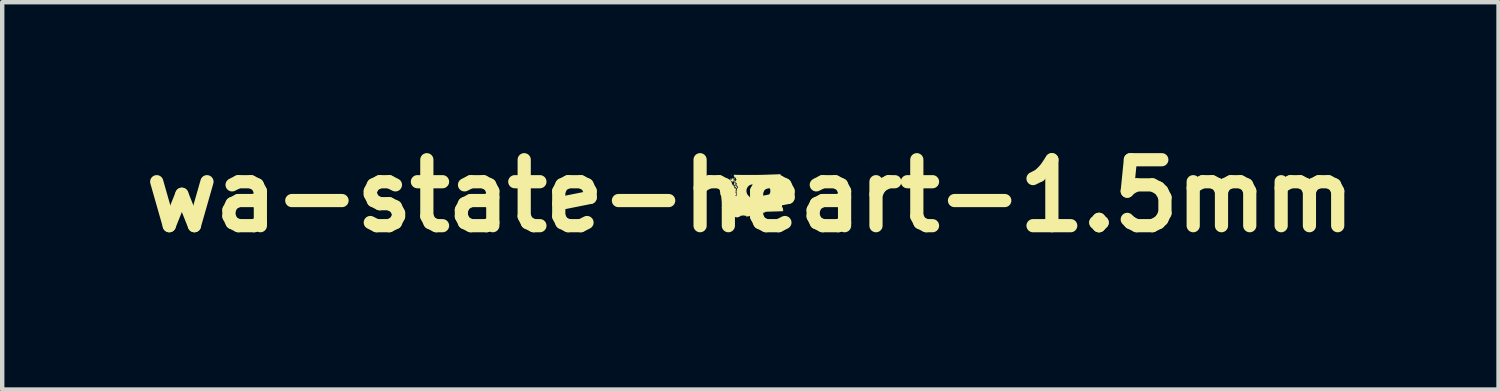
<source format=kicad_pcb>
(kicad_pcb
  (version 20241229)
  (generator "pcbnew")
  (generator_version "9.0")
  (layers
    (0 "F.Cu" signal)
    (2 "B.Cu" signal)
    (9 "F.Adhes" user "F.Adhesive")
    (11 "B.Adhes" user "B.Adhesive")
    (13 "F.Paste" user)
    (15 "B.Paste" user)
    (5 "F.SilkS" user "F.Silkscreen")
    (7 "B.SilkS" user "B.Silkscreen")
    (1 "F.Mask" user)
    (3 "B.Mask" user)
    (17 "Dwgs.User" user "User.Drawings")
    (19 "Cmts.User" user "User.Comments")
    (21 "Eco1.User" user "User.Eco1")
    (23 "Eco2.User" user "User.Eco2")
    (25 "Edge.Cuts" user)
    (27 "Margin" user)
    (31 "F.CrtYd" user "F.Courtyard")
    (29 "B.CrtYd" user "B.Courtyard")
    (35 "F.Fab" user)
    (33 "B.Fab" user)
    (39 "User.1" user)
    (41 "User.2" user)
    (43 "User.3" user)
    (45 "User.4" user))
  (footprint "wa-state-heart-1.5mm"
    (layer "F.Cu")
    (at 14.014 1.404)
    (property "Reference" "wa-state-heart-1.5mm" (at 0 0 0) (layer "F.SilkS") (effects (font (size 1.5 1.5) (thickness 0.3))))
    (attr board_only exclude_from_pos_files exclude_from_bom)
    (fp_poly (pts (xy -0.359 -0.374) (xy -0.357 -0.373) (xy -0.356 -0.37) (xy -0.357 -0.369) (xy -0.359 -0.369) (xy -0.36 -0.369) (xy -0.363 -0.371) (xy -0.364 -0.372) (xy -0.363 -0.374) (xy -0.361 -0.375)) (stroke (width 0) (type solid)) (fill yes) (layer "F.SilkS"))
    (fp_poly (pts (xy -0.297 -0.203) (xy -0.296 -0.202) (xy -0.295 -0.201) (xy -0.294 -0.199) (xy -0.295 -0.198) (xy -0.295 -0.198) (xy -0.296 -0.199) (xy -0.297 -0.199) (xy -0.298 -0.201) (xy -0.298 -0.202) (xy -0.298 -0.204)) (stroke (width 0) (type solid)) (fill yes) (layer "F.SilkS"))
    (fp_poly (pts (xy -0.426 -0.481) (xy -0.423 -0.479) (xy -0.42 -0.478) (xy -0.419 -0.476) (xy -0.419 -0.475) (xy -0.419 -0.474) (xy -0.421 -0.473) (xy -0.424 -0.473) (xy -0.427 -0.473) (xy -0.429 -0.474) (xy -0.429 -0.475) (xy -0.43 -0.477) (xy -0.43 -0.478) (xy -0.429 -0.48) (xy -0.428 -0.481)) (stroke (width 0) (type solid)) (fill yes) (layer "F.SilkS"))
    (fp_poly (pts (xy -0.422 -0.402) (xy -0.421 -0.401) (xy -0.42 -0.399) (xy -0.421 -0.396) (xy -0.422 -0.393) (xy -0.422 -0.393) (xy -0.424 -0.391) (xy -0.426 -0.391) (xy -0.426 -0.392) (xy -0.427 -0.393) (xy -0.428 -0.395) (xy -0.429 -0.396) (xy -0.431 -0.397) (xy -0.431 -0.398) (xy -0.43 -0.399) (xy -0.427 -0.401) (xy -0.425 -0.402) (xy -0.422 -0.402)) (stroke (width 0) (type solid)) (fill yes) (layer "F.SilkS"))
    (fp_poly (pts (xy -0.365 -0.368) (xy -0.363 -0.366) (xy -0.361 -0.363) (xy -0.36 -0.36) (xy -0.36 -0.357) (xy -0.36 -0.355) (xy -0.362 -0.352) (xy -0.364 -0.351) (xy -0.366 -0.351) (xy -0.368 -0.352) (xy -0.37 -0.355) (xy -0.371 -0.358) (xy -0.372 -0.361) (xy -0.372 -0.362) (xy -0.371 -0.364) (xy -0.37 -0.366) (xy -0.369 -0.367) (xy -0.367 -0.368) (xy -0.366 -0.369)) (stroke (width 0) (type solid)) (fill yes) (layer "F.SilkS"))
    (fp_poly (pts (xy -0.349 -0.358) (xy -0.345 -0.354) (xy -0.342 -0.351) (xy -0.341 -0.348) (xy -0.34 -0.347) (xy -0.341 -0.346) (xy -0.343 -0.347) (xy -0.345 -0.348) (xy -0.348 -0.347) (xy -0.35 -0.347) (xy -0.352 -0.347) (xy -0.354 -0.346) (xy -0.355 -0.346) (xy -0.355 -0.347) (xy -0.355 -0.347) (xy -0.356 -0.348) (xy -0.356 -0.351) (xy -0.356 -0.355) (xy -0.355 -0.359) (xy -0.355 -0.361) (xy -0.354 -0.365)) (stroke (width 0) (type solid)) (fill yes) (layer "F.SilkS"))
    (fp_poly (pts (xy -0.462 -0.395) (xy -0.459 -0.395) (xy -0.455 -0.393) (xy -0.452 -0.391) (xy -0.448 -0.389) (xy -0.447 -0.389) (xy -0.445 -0.387) (xy -0.443 -0.384) (xy -0.441 -0.382) (xy -0.44 -0.38) (xy -0.439 -0.378) (xy -0.44 -0.378) (xy -0.442 -0.378) (xy -0.445 -0.38) (xy -0.446 -0.38) (xy -0.451 -0.383) (xy -0.455 -0.386) (xy -0.459 -0.389) (xy -0.462 -0.391) (xy -0.464 -0.393) (xy -0.464 -0.394) (xy -0.464 -0.395)) (stroke (width 0) (type solid)) (fill yes) (layer "F.SilkS"))
    (fp_poly (pts (xy -0.361 -0.406) (xy -0.359 -0.404) (xy -0.358 -0.402) (xy -0.355 -0.398) (xy -0.352 -0.394) (xy -0.351 -0.392) (xy -0.347 -0.388) (xy -0.345 -0.385) (xy -0.344 -0.382) (xy -0.344 -0.381) (xy -0.345 -0.38) (xy -0.346 -0.38) (xy -0.349 -0.382) (xy -0.351 -0.384) (xy -0.354 -0.387) (xy -0.357 -0.391) (xy -0.358 -0.392) (xy -0.36 -0.396) (xy -0.362 -0.398) (xy -0.363 -0.399) (xy -0.365 -0.401) (xy -0.365 -0.402) (xy -0.365 -0.404) (xy -0.364 -0.407) (xy -0.363 -0.407)) (stroke (width 0) (type solid)) (fill yes) (layer "F.SilkS"))
    (fp_poly (pts (xy -0.398 -0.4) (xy -0.397 -0.4) (xy -0.395 -0.399) (xy -0.392 -0.397) (xy -0.389 -0.395) (xy -0.385 -0.393) (xy -0.381 -0.391) (xy -0.377 -0.388) (xy -0.374 -0.386) (xy -0.372 -0.385) (xy -0.371 -0.384) (xy -0.371 -0.384) (xy -0.372 -0.383) (xy -0.373 -0.382) (xy -0.376 -0.379) (xy -0.377 -0.378) (xy -0.38 -0.375) (xy -0.382 -0.372) (xy -0.383 -0.369) (xy -0.382 -0.365) (xy -0.38 -0.361) (xy -0.38 -0.361) (xy -0.378 -0.358) (xy -0.378 -0.356) (xy -0.378 -0.355) (xy -0.378 -0.353) (xy -0.378 -0.353) (xy -0.379 -0.35) (xy -0.38 -0.347) (xy -0.38 -0.346) (xy -0.38 -0.343) (xy -0.381 -0.34) (xy -0.384 -0.337) (xy -0.386 -0.334) (xy -0.387 -0.332) (xy -0.387 -0.331) (xy -0.387 -0.329) (xy -0.386 -0.328) (xy -0.386 -0.327) (xy -0.385 -0.323) (xy -0.384 -0.321) (xy -0.385 -0.319) (xy -0.386 -0.319) (xy -0.388 -0.318) (xy -0.393 -0.317) (xy -0.396 -0.317) (xy -0.398 -0.317) (xy -0.4 -0.317) (xy -0.4 -0.317) (xy -0.401 -0.318) (xy -0.402 -0.32) (xy -0.403 -0.322) (xy -0.405 -0.323) (xy -0.406 -0.324) (xy -0.407 -0.326) (xy -0.407 -0.327) (xy -0.408 -0.328) (xy -0.409 -0.328) (xy -0.412 -0.327) (xy -0.417 -0.327) (xy -0.422 -0.328) (xy -0.428 -0.331) (xy -0.435 -0.334) (xy -0.436 -0.335) (xy -0.439 -0.337) (xy -0.442 -0.338) (xy -0.444 -0.339) (xy -0.444 -0.339) (xy -0.446 -0.34) (xy -0.447 -0.342) (xy -0.449 -0.345) (xy -0.45 -0.348) (xy -0.451 -0.351) (xy -0.451 -0.354) (xy -0.452 -0.356) (xy -0.453 -0.357) (xy -0.454 -0.359) (xy -0.454 -0.361) (xy -0.455 -0.364) (xy -0.455 -0.365) (xy -0.457 -0.367) (xy -0.456 -0.371) (xy -0.455 -0.373) (xy -0.454 -0.375) (xy -0.453 -0.376) (xy -0.452 -0.376) (xy -0.449 -0.376) (xy -0.447 -0.376) (xy -0.443 -0.376) (xy -0.441 -0.375) (xy -0.439 -0.374) (xy -0.439 -0.373) (xy -0.436 -0.37) (xy -0.434 -0.367) (xy -0.43 -0.364) (xy -0.428 -0.361) (xy -0.425 -0.359) (xy -0.425 -0.359) (xy -0.422 -0.358) (xy -0.421 -0.358) (xy -0.419 -0.359) (xy -0.42 -0.361) (xy -0.421 -0.362) (xy -0.423 -0.363) (xy -0.425 -0.364) (xy -0.426 -0.365) (xy -0.426 -0.367) (xy -0.427 -0.37) (xy -0.428 -0.372) (xy -0.43 -0.374) (xy -0.423 -0.381) (xy -0.418 -0.388) (xy -0.413 -0.392) (xy -0.409 -0.396) (xy -0.406 -0.398) (xy -0.403 -0.4) (xy -0.401 -0.4)) (stroke (width 0) (type solid)) (fill yes) (layer "F.SilkS"))
    (fp_poly (pts (xy 0.683 -0.493) (xy 0.685 -0.492) (xy 0.685 -0.492) (xy 0.685 -0.491) (xy 0.686 -0.489) (xy 0.686 -0.485) (xy 0.687 -0.481) (xy 0.687 -0.478) (xy 0.687 -0.474) (xy 0.687 -0.468) (xy 0.688 -0.46) (xy 0.688 -0.451) (xy 0.689 -0.441) (xy 0.689 -0.43) (xy 0.69 -0.418) (xy 0.69 -0.405) (xy 0.691 -0.391) (xy 0.691 -0.377) (xy 0.692 -0.362) (xy 0.693 -0.348) (xy 0.693 -0.333) (xy 0.694 -0.318) (xy 0.695 -0.303) (xy 0.695 -0.288) (xy 0.695 -0.287) (xy 0.696 -0.279) (xy 0.696 -0.271) (xy 0.696 -0.264) (xy 0.696 -0.257) (xy 0.697 -0.251) (xy 0.697 -0.244) (xy 0.697 -0.238) (xy 0.698 -0.231) (xy 0.698 -0.225) (xy 0.698 -0.218) (xy 0.698 -0.21) (xy 0.699 -0.203) (xy 0.699 -0.195) (xy 0.7 -0.186) (xy 0.7 -0.177) (xy 0.701 -0.166) (xy 0.701 -0.155) (xy 0.702 -0.143) (xy 0.702 -0.131) (xy 0.703 -0.116) (xy 0.704 -0.101) (xy 0.705 -0.085) (xy 0.706 -0.067) (xy 0.707 -0.047) (xy 0.708 -0.026) (xy 0.709 -0.004) (xy 0.71 0.02) (xy 0.711 0.046) (xy 0.712 0.051) (xy 0.713 0.074) (xy 0.714 0.095) (xy 0.715 0.114) (xy 0.716 0.131) (xy 0.716 0.146) (xy 0.717 0.161) (xy 0.718 0.173) (xy 0.718 0.184) (xy 0.719 0.194) (xy 0.719 0.203) (xy 0.719 0.211) (xy 0.72 0.218) (xy 0.72 0.223) (xy 0.72 0.228) (xy 0.72 0.232) (xy 0.72 0.235) (xy 0.72 0.238) (xy 0.72 0.24) (xy 0.72 0.242) (xy 0.719 0.243) (xy 0.719 0.244) (xy 0.719 0.244) (xy 0.719 0.245) (xy 0.718 0.245) (xy 0.718 0.245) (xy 0.718 0.245) (xy 0.717 0.247) (xy 0.717 0.249) (xy 0.718 0.25) (xy 0.718 0.25) (xy 0.721 0.252) (xy 0.723 0.254) (xy 0.725 0.256) (xy 0.725 0.257) (xy 0.726 0.258) (xy 0.728 0.26) (xy 0.728 0.261) (xy 0.731 0.264) (xy 0.732 0.267) (xy 0.733 0.27) (xy 0.735 0.273) (xy 0.735 0.273) (xy 0.737 0.275) (xy 0.738 0.279) (xy 0.739 0.283) (xy 0.739 0.287) (xy 0.739 0.287) (xy 0.739 0.289) (xy 0.74 0.292) (xy 0.742 0.294) (xy 0.744 0.297) (xy 0.746 0.299) (xy 0.746 0.301) (xy 0.746 0.303) (xy 0.745 0.305) (xy 0.745 0.307) (xy 0.743 0.312) (xy 0.741 0.317) (xy 0.739 0.32) (xy 0.738 0.322) (xy 0.738 0.322) (xy 0.737 0.323) (xy 0.737 0.324) (xy 0.739 0.325) (xy 0.741 0.326) (xy 0.743 0.329) (xy 0.743 0.329) (xy 0.745 0.332) (xy 0.746 0.335) (xy 0.747 0.339) (xy 0.748 0.342) (xy 0.749 0.345) (xy 0.75 0.347) (xy 0.75 0.348) (xy 0.748 0.348) (xy 0.746 0.349) (xy 0.742 0.349) (xy 0.74 0.349) (xy 0.735 0.349) (xy 0.729 0.349) (xy 0.721 0.349) (xy 0.712 0.35) (xy 0.701 0.35) (xy 0.689 0.351) (xy 0.676 0.351) (xy 0.663 0.352) (xy 0.66 0.352) (xy 0.651 0.352) (xy 0.64 0.353) (xy 0.628 0.353) (xy 0.615 0.354) (xy 0.601 0.354) (xy 0.587 0.355) (xy 0.572 0.355) (xy 0.557 0.355) (xy 0.542 0.356) (xy 0.528 0.356) (xy 0.515 0.357) (xy 0.511 0.357) (xy 0.501 0.357) (xy 0.491 0.357) (xy 0.481 0.358) (xy 0.472 0.358) (xy 0.463 0.358) (xy 0.455 0.358) (xy 0.449 0.359) (xy 0.442 0.359) (xy 0.434 0.359) (xy 0.425 0.36) (xy 0.415 0.36) (xy 0.406 0.36) (xy 0.396 0.36) (xy 0.391 0.361) (xy 0.383 0.361) (xy 0.375 0.361) (xy 0.368 0.361) (xy 0.362 0.362) (xy 0.357 0.362) (xy 0.353 0.362) (xy 0.351 0.362) (xy 0.348 0.363) (xy 0.346 0.364) (xy 0.343 0.366) (xy 0.339 0.368) (xy 0.337 0.37) (xy 0.332 0.373) (xy 0.328 0.376) (xy 0.325 0.378) (xy 0.322 0.38) (xy 0.319 0.38) (xy 0.315 0.381) (xy 0.31 0.381) (xy 0.304 0.382) (xy 0.298 0.382) (xy 0.29 0.382) (xy 0.285 0.382) (xy 0.28 0.383) (xy 0.277 0.383) (xy 0.274 0.384) (xy 0.273 0.384) (xy 0.27 0.385) (xy 0.266 0.386) (xy 0.26 0.387) (xy 0.255 0.388) (xy 0.25 0.389) (xy 0.246 0.389) (xy 0.243 0.389) (xy 0.24 0.389) (xy 0.237 0.388) (xy 0.234 0.387) (xy 0.231 0.386) (xy 0.229 0.386) (xy 0.228 0.386) (xy 0.226 0.387) (xy 0.224 0.388) (xy 0.222 0.391) (xy 0.219 0.394) (xy 0.218 0.395) (xy 0.216 0.399) (xy 0.213 0.402) (xy 0.211 0.403) (xy 0.211 0.404) (xy 0.209 0.404) (xy 0.206 0.405) (xy 0.202 0.406) (xy 0.197 0.407) (xy 0.195 0.407) (xy 0.19 0.408) (xy 0.185 0.409) (xy 0.181 0.41) (xy 0.178 0.41) (xy 0.178 0.411) (xy 0.175 0.411) (xy 0.171 0.412) (xy 0.166 0.413) (xy 0.165 0.413) (xy 0.159 0.414) (xy 0.153 0.416) (xy 0.146 0.419) (xy 0.145 0.42) (xy 0.14 0.422) (xy 0.135 0.424) (xy 0.131 0.426) (xy 0.128 0.427) (xy 0.124 0.428) (xy 0.12 0.43) (xy 0.117 0.432) (xy 0.113 0.435) (xy 0.109 0.438) (xy 0.106 0.44) (xy 0.102 0.442) (xy 0.099 0.443) (xy 0.093 0.445) (xy 0.085 0.447) (xy 0.078 0.448) (xy 0.07 0.45) (xy 0.062 0.451) (xy 0.06 0.451) (xy 0.05 0.452) (xy 0.044 0.446) (xy 0.039 0.442) (xy 0.034 0.439) (xy 0.03 0.437) (xy 0.026 0.437) (xy 0.022 0.439) (xy 0.017 0.442) (xy 0.015 0.443) (xy 0.011 0.446) (xy 0.006 0.449) (xy 0.002 0.451) (xy -0.006 0.453) (xy -0.012 0.456) (xy -0.016 0.458) (xy -0.02 0.46) (xy -0.023 0.462) (xy -0.024 0.463) (xy -0.03 0.468) (xy -0.034 0.466) (xy -0.036 0.465) (xy -0.039 0.464) (xy -0.043 0.464) (xy -0.048 0.464) (xy -0.056 0.464) (xy -0.062 0.466) (xy -0.066 0.467) (xy -0.07 0.47) (xy -0.071 0.471) (xy -0.073 0.473) (xy -0.075 0.475) (xy -0.075 0.475) (xy -0.078 0.476) (xy -0.081 0.476) (xy -0.083 0.476) (xy -0.086 0.476) (xy -0.086 0.476) (xy -0.087 0.474) (xy -0.087 0.472) (xy -0.088 0.469) (xy -0.089 0.464) (xy -0.09 0.461) (xy -0.093 0.458) (xy -0.097 0.456) (xy -0.098 0.456) (xy -0.101 0.455) (xy -0.105 0.453) (xy -0.107 0.452) (xy -0.108 0.452) (xy -0.11 0.451) (xy -0.113 0.451) (xy -0.117 0.451) (xy -0.122 0.451) (xy -0.124 0.451) (xy -0.137 0.45) (xy -0.145 0.447) (xy -0.152 0.443) (xy -0.161 0.445) (xy -0.17 0.448) (xy -0.18 0.45) (xy -0.189 0.451) (xy -0.195 0.45) (xy -0.202 0.45) (xy -0.208 0.45) (xy -0.213 0.45) (xy -0.216 0.451) (xy -0.219 0.453) (xy -0.222 0.455) (xy -0.224 0.458) (xy -0.227 0.461) (xy -0.23 0.464) (xy -0.234 0.466) (xy -0.236 0.468) (xy -0.24 0.47) (xy -0.244 0.472) (xy -0.247 0.473) (xy -0.248 0.473) (xy -0.25 0.474) (xy -0.254 0.476) (xy -0.258 0.478) (xy -0.259 0.478) (xy -0.265 0.481) (xy -0.271 0.482) (xy -0.273 0.482) (xy -0.277 0.483) (xy -0.281 0.484) (xy -0.283 0.486) (xy -0.289 0.489) (xy -0.296 0.492) (xy -0.301 0.493) (xy -0.306 0.492) (xy -0.306 0.492) (xy -0.31 0.49) (xy -0.313 0.488) (xy -0.314 0.488) (xy -0.318 0.484) (xy -0.326 0.485) (xy -0.33 0.485) (xy -0.333 0.485) (xy -0.335 0.485) (xy -0.338 0.484) (xy -0.341 0.482) (xy -0.346 0.48) (xy -0.352 0.478) (xy -0.358 0.476) (xy -0.363 0.475) (xy -0.367 0.474) (xy -0.368 0.474) (xy -0.37 0.474) (xy -0.372 0.473) (xy -0.373 0.473) (xy -0.374 0.472) (xy -0.376 0.471) (xy -0.376 0.471) (xy -0.379 0.469) (xy -0.383 0.467) (xy -0.387 0.465) (xy -0.39 0.462) (xy -0.394 0.46) (xy -0.396 0.458) (xy -0.396 0.457) (xy -0.397 0.456) (xy -0.397 0.452) (xy -0.397 0.447) (xy -0.397 0.441) (xy -0.396 0.435) (xy -0.396 0.431) (xy -0.396 0.428) (xy -0.397 0.426) (xy -0.397 0.424) (xy -0.398 0.422) (xy -0.398 0.421) (xy -0.399 0.418) (xy -0.4 0.413) (xy -0.401 0.407) (xy -0.401 0.403) (xy -0.402 0.394) (xy -0.403 0.386) (xy -0.404 0.38) (xy -0.406 0.374) (xy -0.408 0.368) (xy -0.411 0.361) (xy -0.412 0.359) (xy -0.414 0.355) (xy -0.415 0.352) (xy -0.416 0.349) (xy -0.416 0.349) (xy -0.417 0.346) (xy -0.418 0.344) (xy -0.419 0.342) (xy -0.421 0.34) (xy -0.424 0.338) (xy -0.428 0.335) (xy -0.433 0.331) (xy -0.435 0.329) (xy -0.443 0.323) (xy -0.449 0.318) (xy -0.455 0.314) (xy -0.459 0.311) (xy -0.463 0.31) (xy -0.465 0.309) (xy -0.469 0.308) (xy -0.473 0.309) (xy -0.476 0.31) (xy -0.477 0.311) (xy -0.479 0.313) (xy -0.481 0.314) (xy -0.483 0.315) (xy -0.487 0.316) (xy -0.491 0.317) (xy -0.492 0.318) (xy -0.496 0.319) (xy -0.502 0.319) (xy -0.507 0.318) (xy -0.513 0.316) (xy -0.516 0.314) (xy -0.52 0.31) (xy -0.522 0.304) (xy -0.522 0.301) (xy -0.523 0.295) (xy -0.526 0.29) (xy -0.529 0.286) (xy -0.533 0.282) (xy -0.538 0.284) (xy -0.542 0.284) (xy -0.546 0.284) (xy -0.551 0.284) (xy -0.557 0.284) (xy -0.561 0.284) (xy -0.565 0.284) (xy -0.568 0.283) (xy -0.568 0.283) (xy -0.57 0.281) (xy -0.571 0.278) (xy -0.571 0.277) (xy -0.572 0.275) (xy -0.573 0.273) (xy -0.574 0.272) (xy -0.575 0.273) (xy -0.578 0.274) (xy -0.579 0.275) (xy -0.582 0.278) (xy -0.586 0.279) (xy -0.589 0.279) (xy -0.59 0.279) (xy -0.592 0.278) (xy -0.594 0.279) (xy -0.596 0.28) (xy -0.597 0.28) (xy -0.599 0.282) (xy -0.601 0.283) (xy -0.602 0.284) (xy -0.603 0.285) (xy -0.605 0.286) (xy -0.606 0.287) (xy -0.609 0.288) (xy -0.611 0.288) (xy -0.613 0.287) (xy -0.613 0.287) (xy -0.617 0.285) (xy -0.62 0.283) (xy -0.622 0.281) (xy -0.622 0.28) (xy -0.623 0.278) (xy -0.625 0.275) (xy -0.628 0.271) (xy -0.629 0.27) (xy -0.632 0.268) (xy -0.634 0.268) (xy -0.637 0.269) (xy -0.637 0.27) (xy -0.639 0.273) (xy -0.642 0.275) (xy -0.644 0.277) (xy -0.646 0.278) (xy -0.647 0.278) (xy -0.648 0.276) (xy -0.648 0.274) (xy -0.647 0.27) (xy -0.647 0.267) (xy -0.645 0.26) (xy -0.644 0.253) (xy -0.643 0.244) (xy -0.643 0.234) (xy -0.642 0.222) (xy -0.642 0.208) (xy -0.642 0.205) (xy -0.642 0.196) (xy -0.642 0.189) (xy -0.642 0.183) (xy -0.641 0.179) (xy -0.641 0.176) (xy -0.641 0.174) (xy -0.64 0.173) (xy -0.639 0.173) (xy -0.638 0.173) (xy -0.637 0.173) (xy -0.636 0.174) (xy -0.636 0.176) (xy -0.636 0.178) (xy -0.636 0.181) (xy -0.636 0.183) (xy -0.636 0.184) (xy -0.634 0.187) (xy -0.633 0.193) (xy -0.633 0.199) (xy -0.634 0.208) (xy -0.634 0.208) (xy -0.634 0.213) (xy -0.634 0.218) (xy -0.634 0.221) (xy -0.634 0.223) (xy -0.632 0.225) (xy -0.631 0.225) (xy -0.63 0.223) (xy -0.629 0.222) (xy -0.629 0.218) (xy -0.628 0.215) (xy -0.627 0.214) (xy -0.626 0.215) (xy -0.625 0.217) (xy -0.624 0.218) (xy -0.622 0.222) (xy -0.619 0.218) (xy -0.616 0.215) (xy -0.614 0.211) (xy -0.613 0.209) (xy -0.61 0.204) (xy -0.612 0.2) (xy -0.614 0.197) (xy -0.614 0.195) (xy -0.614 0.195) (xy -0.615 0.193) (xy -0.617 0.19) (xy -0.617 0.189) (xy -0.62 0.186) (xy -0.621 0.182) (xy -0.621 0.182) (xy -0.621 0.179) (xy -0.62 0.177) (xy -0.619 0.175) (xy -0.618 0.175) (xy -0.616 0.172) (xy -0.614 0.169) (xy -0.614 0.168) (xy -0.613 0.166) (xy -0.611 0.164) (xy -0.608 0.163) (xy -0.605 0.161) (xy -0.602 0.158) (xy -0.601 0.157) (xy -0.598 0.155) (xy -0.603 0.151) (xy -0.606 0.149) (xy -0.609 0.147) (xy -0.61 0.148) (xy -0.611 0.149) (xy -0.611 0.151) (xy -0.614 0.152) (xy -0.616 0.152) (xy -0.618 0.151) (xy -0.62 0.151) (xy -0.621 0.151) (xy -0.621 0.153) (xy -0.621 0.153) (xy -0.621 0.156) (xy -0.622 0.157) (xy -0.622 0.157) (xy -0.624 0.157) (xy -0.627 0.157) (xy -0.63 0.156) (xy -0.633 0.154) (xy -0.635 0.153) (xy -0.638 0.151) (xy -0.64 0.15) (xy -0.641 0.15) (xy -0.643 0.149) (xy -0.644 0.148) (xy -0.645 0.145) (xy -0.646 0.142) (xy -0.646 0.137) (xy -0.647 0.131) (xy -0.647 0.131) (xy -0.647 0.125) (xy -0.648 0.119) (xy -0.649 0.114) (xy -0.649 0.11) (xy -0.65 0.11) (xy -0.651 0.105) (xy -0.651 0.101) (xy -0.65 0.098) (xy -0.649 0.097) (xy -0.649 0.097) (xy -0.646 0.098) (xy -0.644 0.1) (xy -0.642 0.104) (xy -0.642 0.105) (xy -0.641 0.109) (xy -0.639 0.11) (xy -0.638 0.11) (xy -0.636 0.107) (xy -0.636 0.107) (xy -0.633 0.103) (xy -0.629 0.099) (xy -0.622 0.096) (xy -0.616 0.094) (xy -0.61 0.093) (xy -0.605 0.091) (xy -0.602 0.09) (xy -0.6 0.089) (xy -0.6 0.089) (xy -0.601 0.088) (xy -0.603 0.086) (xy -0.605 0.085) (xy -0.608 0.084) (xy -0.609 0.084) (xy -0.611 0.083) (xy -0.614 0.083) (xy -0.618 0.081) (xy -0.619 0.081) (xy -0.623 0.08) (xy -0.626 0.079) (xy -0.627 0.078) (xy -0.627 0.077) (xy -0.627 0.075) (xy -0.627 0.075) (xy -0.628 0.071) (xy -0.631 0.067) (xy -0.635 0.064) (xy -0.64 0.063) (xy -0.644 0.063) (xy -0.647 0.063) (xy -0.649 0.063) (xy -0.65 0.064) (xy -0.651 0.065) (xy -0.651 0.069) (xy -0.651 0.073) (xy -0.65 0.078) (xy -0.65 0.082) (xy -0.649 0.085) (xy -0.649 0.087) (xy -0.649 0.089) (xy -0.65 0.089) (xy -0.652 0.091) (xy -0.654 0.092) (xy -0.658 0.094) (xy -0.658 0.067) (xy -0.658 0.057) (xy -0.658 0.049) (xy -0.659 0.041) (xy -0.659 0.035) (xy -0.66 0.028) (xy -0.661 0.022) (xy -0.662 0.014) (xy -0.663 0.008) (xy -0.665 0.002) (xy -0.666 -0.003) (xy -0.667 -0.006) (xy -0.668 -0.008) (xy -0.669 -0.01) (xy -0.671 -0.012) (xy -0.671 -0.012) (xy -0.673 -0.015) (xy -0.676 -0.019) (xy -0.676 -0.02) (xy -0.678 -0.023) (xy -0.679 -0.025) (xy -0.68 -0.026) (xy -0.68 -0.027) (xy -0.681 -0.029) (xy -0.682 -0.031) (xy -0.682 -0.034) (xy -0.683 -0.038) (xy -0.683 -0.043) (xy -0.684 -0.05) (xy -0.685 -0.058) (xy -0.686 -0.069) (xy -0.687 -0.079) (xy -0.688 -0.088) (xy -0.689 -0.096) (xy -0.69 -0.103) (xy -0.691 -0.11) (xy -0.693 -0.117) (xy -0.695 -0.125) (xy -0.695 -0.127) (xy -0.697 -0.133) (xy -0.698 -0.137) (xy -0.699 -0.14) (xy -0.701 -0.142) (xy -0.703 -0.143) (xy -0.704 -0.144) (xy -0.706 -0.145) (xy -0.707 -0.147) (xy -0.707 -0.15) (xy -0.707 -0.153) (xy -0.708 -0.156) (xy -0.709 -0.159) (xy -0.711 -0.16) (xy -0.711 -0.16) (xy -0.712 -0.16) (xy -0.715 -0.162) (xy -0.717 -0.165) (xy -0.719 -0.167) (xy -0.721 -0.17) (xy -0.721 -0.171) (xy -0.722 -0.173) (xy -0.725 -0.175) (xy -0.725 -0.175) (xy -0.728 -0.177) (xy -0.73 -0.179) (xy -0.732 -0.181) (xy -0.733 -0.184) (xy -0.735 -0.188) (xy -0.736 -0.191) (xy -0.738 -0.197) (xy -0.739 -0.202) (xy -0.74 -0.207) (xy -0.741 -0.212) (xy -0.742 -0.218) (xy -0.742 -0.225) (xy -0.742 -0.227) (xy -0.743 -0.234) (xy -0.743 -0.24) (xy -0.744 -0.244) (xy -0.745 -0.248) (xy -0.746 -0.252) (xy -0.747 -0.255) (xy -0.748 -0.255) (xy -0.75 -0.26) (xy -0.745 -0.265) (xy -0.743 -0.267) (xy -0.742 -0.269) (xy -0.741 -0.271) (xy -0.741 -0.274) (xy -0.741 -0.276) (xy -0.741 -0.28) (xy -0.74 -0.284) (xy -0.738 -0.289) (xy -0.737 -0.293) (xy -0.733 -0.303) (xy -0.738 -0.309) (xy -0.742 -0.313) (xy -0.744 -0.317) (xy -0.745 -0.319) (xy -0.744 -0.321) (xy -0.742 -0.321) (xy -0.738 -0.321) (xy -0.737 -0.321) (xy -0.733 -0.321) (xy -0.729 -0.32) (xy -0.727 -0.32) (xy -0.725 -0.319) (xy -0.722 -0.319) (xy -0.722 -0.319) (xy -0.72 -0.319) (xy -0.719 -0.317) (xy -0.717 -0.316) (xy -0.715 -0.315) (xy -0.714 -0.315) (xy -0.712 -0.313) (xy -0.712 -0.313) (xy -0.71 -0.311) (xy -0.707 -0.309) (xy -0.704 -0.307) (xy -0.701 -0.305) (xy -0.697 -0.303) (xy -0.693 -0.3) (xy -0.691 -0.298) (xy -0.687 -0.295) (xy -0.681 -0.292) (xy -0.676 -0.289) (xy -0.674 -0.288) (xy -0.67 -0.286) (xy -0.666 -0.284) (xy -0.663 -0.283) (xy -0.662 -0.282) (xy -0.661 -0.281) (xy -0.659 -0.282) (xy -0.658 -0.282) (xy -0.657 -0.282) (xy -0.656 -0.282) (xy -0.654 -0.282) (xy -0.652 -0.281) (xy -0.648 -0.279) (xy -0.643 -0.276) (xy -0.638 -0.273) (xy -0.634 -0.271) (xy -0.631 -0.269) (xy -0.629 -0.267) (xy -0.628 -0.266) (xy -0.626 -0.263) (xy -0.623 -0.26) (xy -0.621 -0.259) (xy -0.616 -0.257) (xy -0.61 -0.255) (xy -0.603 -0.253) (xy -0.595 -0.252) (xy -0.586 -0.251) (xy -0.577 -0.25) (xy -0.568 -0.25) (xy -0.567 -0.25) (xy -0.559 -0.251) (xy -0.554 -0.25) (xy -0.549 -0.25) (xy -0.546 -0.248) (xy -0.543 -0.246) (xy -0.543 -0.246) (xy -0.54 -0.244) (xy -0.537 -0.243) (xy -0.534 -0.243) (xy -0.532 -0.244) (xy -0.532 -0.244) (xy -0.531 -0.245) (xy -0.528 -0.245) (xy -0.525 -0.245) (xy -0.522 -0.244) (xy -0.521 -0.243) (xy -0.518 -0.242) (xy -0.516 -0.241) (xy -0.512 -0.241) (xy -0.508 -0.242) (xy -0.507 -0.241) (xy -0.506 -0.24) (xy -0.505 -0.238) (xy -0.503 -0.237) (xy -0.5 -0.236) (xy -0.497 -0.236) (xy -0.492 -0.236) (xy -0.487 -0.236) (xy -0.482 -0.236) (xy -0.477 -0.236) (xy -0.472 -0.236) (xy -0.47 -0.236) (xy -0.469 -0.237) (xy -0.466 -0.238) (xy -0.464 -0.24) (xy -0.461 -0.242) (xy -0.456 -0.246) (xy -0.452 -0.249) (xy -0.449 -0.251) (xy -0.447 -0.251) (xy -0.446 -0.251) (xy -0.446 -0.25) (xy -0.447 -0.249) (xy -0.447 -0.247) (xy -0.448 -0.247) (xy -0.447 -0.245) (xy -0.446 -0.244) (xy -0.444 -0.242) (xy -0.44 -0.239) (xy -0.438 -0.237) (xy -0.436 -0.234) (xy -0.433 -0.231) (xy -0.432 -0.229) (xy -0.43 -0.225) (xy -0.425 -0.226) (xy -0.422 -0.226) (xy -0.417 -0.226) (xy -0.415 -0.226) (xy -0.409 -0.226) (xy -0.409 -0.222) (xy -0.408 -0.219) (xy -0.407 -0.217) (xy -0.407 -0.216) (xy -0.404 -0.215) (xy -0.401 -0.215) (xy -0.4 -0.215) (xy -0.399 -0.215) (xy -0.399 -0.216) (xy -0.4 -0.218) (xy -0.4 -0.221) (xy -0.401 -0.224) (xy -0.401 -0.225) (xy -0.4 -0.23) (xy -0.398 -0.234) (xy -0.393 -0.236) (xy -0.387 -0.238) (xy -0.384 -0.239) (xy -0.381 -0.239) (xy -0.378 -0.238) (xy -0.377 -0.236) (xy -0.377 -0.234) (xy -0.377 -0.231) (xy -0.378 -0.23) (xy -0.38 -0.228) (xy -0.381 -0.228) (xy -0.383 -0.227) (xy -0.384 -0.225) (xy -0.384 -0.224) (xy -0.384 -0.223) (xy -0.383 -0.22) (xy -0.382 -0.218) (xy -0.38 -0.215) (xy -0.378 -0.214) (xy -0.378 -0.214) (xy -0.377 -0.215) (xy -0.377 -0.217) (xy -0.376 -0.22) (xy -0.375 -0.223) (xy -0.373 -0.225) (xy -0.371 -0.227) (xy -0.368 -0.228) (xy -0.366 -0.227) (xy -0.366 -0.227) (xy -0.365 -0.225) (xy -0.365 -0.222) (xy -0.364 -0.218) (xy -0.364 -0.213) (xy -0.363 -0.208) (xy -0.363 -0.205) (xy -0.363 -0.203) (xy -0.364 -0.202) (xy -0.365 -0.201) (xy -0.366 -0.201) (xy -0.369 -0.2) (xy -0.371 -0.199) (xy -0.371 -0.198) (xy -0.371 -0.197) (xy -0.369 -0.195) (xy -0.368 -0.193) (xy -0.366 -0.191) (xy -0.365 -0.188) (xy -0.364 -0.186) (xy -0.364 -0.183) (xy -0.363 -0.181) (xy -0.362 -0.18) (xy -0.359 -0.178) (xy -0.358 -0.176) (xy -0.358 -0.174) (xy -0.359 -0.173) (xy -0.359 -0.172) (xy -0.358 -0.17) (xy -0.356 -0.169) (xy -0.354 -0.168) (xy -0.352 -0.168) (xy -0.352 -0.166) (xy -0.353 -0.164) (xy -0.354 -0.163) (xy -0.355 -0.161) (xy -0.357 -0.16) (xy -0.36 -0.16) (xy -0.365 -0.16) (xy -0.365 -0.156) (xy -0.366 -0.154) (xy -0.367 -0.151) (xy -0.369 -0.149) (xy -0.372 -0.146) (xy -0.374 -0.143) (xy -0.376 -0.141) (xy -0.378 -0.138) (xy -0.378 -0.135) (xy -0.379 -0.131) (xy -0.379 -0.128) (xy -0.378 -0.126) (xy -0.377 -0.126) (xy -0.376 -0.128) (xy -0.374 -0.131) (xy -0.372 -0.135) (xy -0.368 -0.141) (xy -0.363 -0.146) (xy -0.357 -0.152) (xy -0.354 -0.156) (xy -0.351 -0.158) (xy -0.349 -0.159) (xy -0.348 -0.16) (xy -0.347 -0.16) (xy -0.346 -0.161) (xy -0.346 -0.162) (xy -0.347 -0.165) (xy -0.348 -0.17) (xy -0.35 -0.174) (xy -0.352 -0.177) (xy -0.353 -0.179) (xy -0.354 -0.18) (xy -0.353 -0.181) (xy -0.353 -0.181) (xy -0.352 -0.182) (xy -0.351 -0.182) (xy -0.349 -0.18) (xy -0.349 -0.18) (xy -0.347 -0.179) (xy -0.346 -0.178) (xy -0.345 -0.178) (xy -0.344 -0.178) (xy -0.344 -0.178) (xy -0.343 -0.177) (xy -0.341 -0.176) (xy -0.341 -0.175) (xy -0.338 -0.174) (xy -0.336 -0.172) (xy -0.335 -0.169) (xy -0.334 -0.164) (xy -0.333 -0.162) (xy -0.332 -0.158) (xy -0.331 -0.154) (xy -0.33 -0.151) (xy -0.33 -0.151) (xy -0.329 -0.149) (xy -0.329 -0.145) (xy -0.328 -0.141) (xy -0.328 -0.14) (xy -0.327 -0.136) (xy -0.327 -0.132) (xy -0.326 -0.129) (xy -0.326 -0.129) (xy -0.326 -0.125) (xy -0.332 -0.126) (xy -0.336 -0.126) (xy -0.339 -0.126) (xy -0.34 -0.125) (xy -0.34 -0.123) (xy -0.34 -0.121) (xy -0.339 -0.119) (xy -0.336 -0.117) (xy -0.336 -0.117) (xy -0.332 -0.115) (xy -0.333 -0.11) (xy -0.334 -0.105) (xy -0.334 -0.102) (xy -0.333 -0.1) (xy -0.333 -0.098) (xy -0.332 -0.098) (xy -0.331 -0.096) (xy -0.331 -0.093) (xy -0.331 -0.09) (xy -0.331 -0.087) (xy -0.33 -0.084) (xy -0.33 -0.083) (xy -0.329 -0.081) (xy -0.33 -0.08) (xy -0.332 -0.079) (xy -0.332 -0.079) (xy -0.334 -0.078) (xy -0.336 -0.076) (xy -0.339 -0.074) (xy -0.34 -0.072) (xy -0.34 -0.07) (xy -0.34 -0.068) (xy -0.337 -0.066) (xy -0.334 -0.064) (xy -0.332 -0.063) (xy -0.328 -0.06) (xy -0.325 -0.058) (xy -0.324 -0.055) (xy -0.324 -0.055) (xy -0.323 -0.053) (xy -0.323 -0.052) (xy -0.322 -0.05) (xy -0.321 -0.048) (xy -0.321 -0.044) (xy -0.321 -0.042) (xy -0.321 -0.037) (xy -0.321 -0.034) (xy -0.319 -0.031) (xy -0.317 -0.03) (xy -0.315 -0.029) (xy -0.312 -0.028) (xy -0.311 -0.027) (xy -0.312 -0.025) (xy -0.314 -0.023) (xy -0.318 -0.021) (xy -0.321 -0.019) (xy -0.323 -0.017) (xy -0.326 -0.015) (xy -0.329 -0.012) (xy -0.331 -0.011) (xy -0.334 -0.01) (xy -0.336 -0.01) (xy -0.337 -0.01) (xy -0.338 -0.011) (xy -0.339 -0.013) (xy -0.341 -0.016) (xy -0.341 -0.016) (xy -0.341 -0.018) (xy -0.342 -0.019) (xy -0.342 -0.019) (xy -0.343 -0.018) (xy -0.344 -0.016) (xy -0.345 -0.014) (xy -0.347 -0.011) (xy -0.347 -0.009) (xy -0.347 -0.009) (xy -0.346 -0.007) (xy -0.346 -0.007) (xy -0.343 -0.006) (xy -0.339 -0.004) (xy -0.334 -0.001) (xy -0.332 0.001) (xy -0.329 0.004) (xy -0.326 0.006) (xy -0.324 0.007) (xy -0.323 0.007) (xy -0.321 0.006) (xy -0.32 0.005) (xy -0.317 0.002) (xy -0.32 0.001) (xy -0.323 -0.001) (xy -0.324 -0.002) (xy -0.324 -0.002) (xy -0.324 -0.003) (xy -0.322 -0.005) (xy -0.319 -0.007) (xy -0.314 -0.009) (xy -0.313 -0.01) (xy -0.308 -0.012) (xy -0.305 -0.014) (xy -0.303 -0.016) (xy -0.302 -0.019) (xy -0.302 -0.02) (xy -0.302 -0.024) (xy -0.303 -0.029) (xy -0.305 -0.034) (xy -0.307 -0.038) (xy -0.308 -0.04) (xy -0.31 -0.042) (xy -0.31 -0.044) (xy -0.31 -0.046) (xy -0.309 -0.047) (xy -0.308 -0.049) (xy -0.308 -0.051) (xy -0.309 -0.053) (xy -0.31 -0.055) (xy -0.312 -0.058) (xy -0.313 -0.063) (xy -0.313 -0.064) (xy -0.314 -0.068) (xy -0.316 -0.073) (xy -0.316 -0.074) (xy -0.317 -0.077) (xy -0.317 -0.079) (xy -0.317 -0.08) (xy -0.316 -0.08) (xy -0.314 -0.082) (xy -0.31 -0.082) (xy -0.31 -0.082) (xy -0.307 -0.083) (xy -0.304 -0.083) (xy -0.304 -0.083) (xy -0.304 -0.085) (xy -0.305 -0.087) (xy -0.307 -0.089) (xy -0.309 -0.091) (xy -0.311 -0.092) (xy -0.314 -0.094) (xy -0.317 -0.097) (xy -0.319 -0.1) (xy -0.319 -0.102) (xy -0.319 -0.103) (xy -0.317 -0.106) (xy -0.316 -0.108) (xy -0.314 -0.112) (xy -0.089 -0.112) (xy -0.088 -0.096) (xy -0.085 -0.08) (xy -0.081 -0.064) (xy -0.075 -0.049) (xy -0.068 -0.034) (xy -0.059 -0.022) (xy -0.058 -0.02) (xy -0.054 -0.016) (xy -0.05 -0.011) (xy -0.044 -0.005) (xy -0.037 0.002) (xy -0.029 0.011) (xy -0.019 0.022) (xy -0.008 0.033) (xy 0.004 0.046) (xy 0.018 0.06) (xy 0.033 0.075) (xy 0.049 0.092) (xy 0.055 0.099) (xy 0.069 0.113) (xy 0.083 0.127) (xy 0.094 0.139) (xy 0.105 0.15) (xy 0.115 0.16) (xy 0.123 0.169) (xy 0.131 0.176) (xy 0.137 0.183) (xy 0.143 0.189) (xy 0.149 0.194) (xy 0.153 0.199) (xy 0.157 0.202) (xy 0.16 0.205) (xy 0.163 0.208) (xy 0.165 0.21) (xy 0.168 0.212) (xy 0.169 0.213) (xy 0.171 0.214) (xy 0.172 0.214) (xy 0.173 0.215) (xy 0.175 0.215) (xy 0.176 0.215) (xy 0.177 0.215) (xy 0.178 0.215) (xy 0.185 0.216) (xy 0.193 0.214) (xy 0.196 0.213) (xy 0.198 0.212) (xy 0.2 0.21) (xy 0.203 0.208) (xy 0.206 0.206) (xy 0.21 0.202) (xy 0.215 0.197) (xy 0.218 0.194) (xy 0.222 0.19) (xy 0.227 0.185) (xy 0.233 0.179) (xy 0.24 0.172) (xy 0.247 0.164) (xy 0.256 0.155) (xy 0.264 0.146) (xy 0.274 0.137) (xy 0.283 0.127) (xy 0.293 0.117) (xy 0.304 0.106) (xy 0.314 0.095) (xy 0.324 0.085) (xy 0.334 0.074) (xy 0.345 0.063) (xy 0.354 0.053) (xy 0.364 0.043) (xy 0.373 0.034) (xy 0.382 0.025) (xy 0.39 0.017) (xy 0.397 0.009) (xy 0.403 0.002) (xy 0.409 -0.003) (xy 0.413 -0.008) (xy 0.417 -0.012) (xy 0.419 -0.014) (xy 0.42 -0.016) (xy 0.43 -0.028) (xy 0.438 -0.042) (xy 0.445 -0.058) (xy 0.45 -0.073) (xy 0.452 -0.082) (xy 0.453 -0.086) (xy 0.453 -0.089) (xy 0.454 -0.093) (xy 0.454 -0.098) (xy 0.454 -0.103) (xy 0.454 -0.11) (xy 0.454 -0.112) (xy 0.454 -0.122) (xy 0.454 -0.13) (xy 0.453 -0.138) (xy 0.452 -0.145) (xy 0.45 -0.152) (xy 0.448 -0.159) (xy 0.447 -0.163) (xy 0.44 -0.178) (xy 0.433 -0.192) (xy 0.423 -0.205) (xy 0.413 -0.218) (xy 0.401 -0.229) (xy 0.395 -0.233) (xy 0.389 -0.237) (xy 0.382 -0.242) (xy 0.374 -0.246) (xy 0.366 -0.249) (xy 0.359 -0.252) (xy 0.353 -0.254) (xy 0.337 -0.258) (xy 0.321 -0.26) (xy 0.304 -0.26) (xy 0.288 -0.258) (xy 0.273 -0.254) (xy 0.259 -0.25) (xy 0.247 -0.244) (xy 0.235 -0.237) (xy 0.223 -0.229) (xy 0.211 -0.219) (xy 0.199 -0.208) (xy 0.196 -0.205) (xy 0.183 -0.191) (xy 0.165 -0.209) (xy 0.158 -0.216) (xy 0.152 -0.222) (xy 0.147 -0.226) (xy 0.143 -0.23) (xy 0.139 -0.233) (xy 0.137 -0.234) (xy 0.122 -0.243) (xy 0.107 -0.25) (xy 0.091 -0.255) (xy 0.076 -0.258) (xy 0.06 -0.26) (xy 0.044 -0.26) (xy 0.028 -0.258) (xy 0.012 -0.254) (xy -0.003 -0.249) (xy -0.007 -0.247) (xy -0.021 -0.239) (xy -0.034 -0.23) (xy -0.045 -0.219) (xy -0.056 -0.207) (xy -0.065 -0.194) (xy -0.073 -0.18) (xy -0.08 -0.165) (xy -0.085 -0.15) (xy -0.086 -0.145) (xy -0.088 -0.129) (xy -0.089 -0.112) (xy -0.314 -0.112) (xy -0.313 -0.114) (xy -0.31 -0.12) (xy -0.31 -0.125) (xy -0.31 -0.129) (xy -0.311 -0.131) (xy -0.312 -0.134) (xy -0.312 -0.136) (xy -0.312 -0.138) (xy -0.311 -0.142) (xy -0.309 -0.145) (xy -0.307 -0.148) (xy -0.306 -0.149) (xy -0.303 -0.152) (xy -0.301 -0.158) (xy -0.299 -0.165) (xy -0.298 -0.17) (xy -0.297 -0.174) (xy -0.296 -0.178) (xy -0.295 -0.181) (xy -0.294 -0.183) (xy -0.293 -0.184) (xy -0.29 -0.185) (xy -0.289 -0.185) (xy -0.286 -0.186) (xy -0.283 -0.187) (xy -0.283 -0.187) (xy -0.281 -0.188) (xy -0.281 -0.19) (xy -0.28 -0.192) (xy -0.28 -0.196) (xy -0.28 -0.196) (xy -0.28 -0.203) (xy -0.284 -0.208) (xy -0.288 -0.211) (xy -0.292 -0.215) (xy -0.295 -0.219) (xy -0.299 -0.224) (xy -0.301 -0.227) (xy -0.301 -0.227) (xy -0.302 -0.229) (xy -0.303 -0.233) (xy -0.304 -0.237) (xy -0.304 -0.24) (xy -0.304 -0.245) (xy -0.305 -0.249) (xy -0.306 -0.252) (xy -0.306 -0.253) (xy -0.307 -0.256) (xy -0.309 -0.259) (xy -0.31 -0.261) (xy -0.313 -0.263) (xy -0.316 -0.263) (xy -0.318 -0.263) (xy -0.319 -0.261) (xy -0.319 -0.258) (xy -0.319 -0.255) (xy -0.32 -0.253) (xy -0.322 -0.252) (xy -0.323 -0.251) (xy -0.325 -0.25) (xy -0.326 -0.248) (xy -0.326 -0.248) (xy -0.325 -0.247) (xy -0.324 -0.244) (xy -0.322 -0.241) (xy -0.319 -0.237) (xy -0.316 -0.232) (xy -0.313 -0.229) (xy -0.31 -0.226) (xy -0.308 -0.222) (xy -0.305 -0.218) (xy -0.304 -0.215) (xy -0.303 -0.213) (xy -0.303 -0.213) (xy -0.303 -0.212) (xy -0.305 -0.213) (xy -0.306 -0.214) (xy -0.307 -0.215) (xy -0.309 -0.218) (xy -0.312 -0.221) (xy -0.315 -0.224) (xy -0.318 -0.227) (xy -0.321 -0.23) (xy -0.323 -0.231) (xy -0.323 -0.231) (xy -0.326 -0.232) (xy -0.328 -0.233) (xy -0.33 -0.234) (xy -0.331 -0.236) (xy -0.333 -0.24) (xy -0.334 -0.244) (xy -0.336 -0.249) (xy -0.336 -0.254) (xy -0.336 -0.258) (xy -0.336 -0.261) (xy -0.335 -0.266) (xy -0.333 -0.269) (xy -0.329 -0.27) (xy -0.328 -0.27) (xy -0.325 -0.271) (xy -0.323 -0.272) (xy -0.323 -0.272) (xy -0.322 -0.274) (xy -0.317 -0.272) (xy -0.312 -0.269) (xy -0.31 -0.271) (xy -0.308 -0.274) (xy -0.307 -0.277) (xy -0.307 -0.278) (xy -0.307 -0.28) (xy -0.308 -0.282) (xy -0.309 -0.285) (xy -0.312 -0.288) (xy -0.315 -0.29) (xy -0.316 -0.291) (xy -0.318 -0.292) (xy -0.321 -0.294) (xy -0.321 -0.295) (xy -0.323 -0.297) (xy -0.325 -0.298) (xy -0.326 -0.299) (xy -0.33 -0.301) (xy -0.334 -0.305) (xy -0.336 -0.31) (xy -0.338 -0.315) (xy -0.338 -0.318) (xy -0.339 -0.32) (xy -0.34 -0.322) (xy -0.341 -0.323) (xy -0.342 -0.322) (xy -0.342 -0.322) (xy -0.343 -0.32) (xy -0.345 -0.317) (xy -0.345 -0.317) (xy -0.347 -0.315) (xy -0.347 -0.314) (xy -0.346 -0.312) (xy -0.346 -0.311) (xy -0.345 -0.308) (xy -0.344 -0.305) (xy -0.344 -0.304) (xy -0.344 -0.3) (xy -0.342 -0.297) (xy -0.339 -0.295) (xy -0.336 -0.292) (xy -0.334 -0.289) (xy -0.332 -0.286) (xy -0.331 -0.283) (xy -0.331 -0.283) (xy -0.332 -0.28) (xy -0.334 -0.278) (xy -0.337 -0.277) (xy -0.337 -0.277) (xy -0.339 -0.277) (xy -0.341 -0.278) (xy -0.342 -0.279) (xy -0.345 -0.28) (xy -0.348 -0.28) (xy -0.35 -0.279) (xy -0.351 -0.277) (xy -0.352 -0.275) (xy -0.354 -0.273) (xy -0.356 -0.271) (xy -0.358 -0.269) (xy -0.36 -0.266) (xy -0.36 -0.264) (xy -0.36 -0.264) (xy -0.359 -0.263) (xy -0.357 -0.262) (xy -0.353 -0.261) (xy -0.35 -0.258) (xy -0.348 -0.254) (xy -0.344 -0.246) (xy -0.342 -0.238) (xy -0.341 -0.231) (xy -0.341 -0.229) (xy -0.341 -0.225) (xy -0.34 -0.22) (xy -0.339 -0.216) (xy -0.337 -0.214) (xy -0.336 -0.214) (xy -0.335 -0.214) (xy -0.334 -0.214) (xy -0.334 -0.216) (xy -0.334 -0.22) (xy -0.334 -0.22) (xy -0.334 -0.224) (xy -0.333 -0.226) (xy -0.333 -0.226) (xy -0.332 -0.225) (xy -0.33 -0.224) (xy -0.327 -0.221) (xy -0.323 -0.218) (xy -0.32 -0.215) (xy -0.316 -0.212) (xy -0.313 -0.21) (xy -0.311 -0.208) (xy -0.309 -0.207) (xy -0.307 -0.206) (xy -0.306 -0.205) (xy -0.306 -0.202) (xy -0.305 -0.198) (xy -0.304 -0.193) (xy -0.304 -0.191) (xy -0.303 -0.187) (xy -0.303 -0.184) (xy -0.303 -0.182) (xy -0.304 -0.18) (xy -0.304 -0.179) (xy -0.306 -0.177) (xy -0.307 -0.175) (xy -0.307 -0.175) (xy -0.308 -0.173) (xy -0.311 -0.172) (xy -0.314 -0.172) (xy -0.316 -0.173) (xy -0.319 -0.175) (xy -0.321 -0.178) (xy -0.321 -0.182) (xy -0.321 -0.182) (xy -0.321 -0.185) (xy -0.322 -0.189) (xy -0.325 -0.192) (xy -0.328 -0.195) (xy -0.33 -0.194) (xy -0.335 -0.191) (xy -0.337 -0.189) (xy -0.339 -0.188) (xy -0.339 -0.188) (xy -0.339 -0.189) (xy -0.339 -0.192) (xy -0.339 -0.193) (xy -0.34 -0.195) (xy -0.34 -0.197) (xy -0.341 -0.198) (xy -0.344 -0.2) (xy -0.345 -0.201) (xy -0.348 -0.202) (xy -0.349 -0.204) (xy -0.35 -0.205) (xy -0.35 -0.207) (xy -0.35 -0.207) (xy -0.349 -0.21) (xy -0.349 -0.213) (xy -0.349 -0.214) (xy -0.349 -0.218) (xy -0.349 -0.222) (xy -0.349 -0.227) (xy -0.349 -0.227) (xy -0.35 -0.233) (xy -0.35 -0.237) (xy -0.351 -0.24) (xy -0.352 -0.242) (xy -0.354 -0.243) (xy -0.357 -0.243) (xy -0.358 -0.243) (xy -0.362 -0.243) (xy -0.363 -0.244) (xy -0.363 -0.244) (xy -0.364 -0.245) (xy -0.366 -0.248) (xy -0.368 -0.25) (xy -0.372 -0.254) (xy -0.372 -0.254) (xy -0.375 -0.258) (xy -0.378 -0.26) (xy -0.379 -0.262) (xy -0.379 -0.263) (xy -0.379 -0.265) (xy -0.379 -0.265) (xy -0.378 -0.267) (xy -0.377 -0.27) (xy -0.375 -0.275) (xy -0.372 -0.279) (xy -0.37 -0.284) (xy -0.368 -0.288) (xy -0.366 -0.291) (xy -0.366 -0.291) (xy -0.363 -0.296) (xy -0.361 -0.301) (xy -0.36 -0.305) (xy -0.36 -0.307) (xy -0.359 -0.309) (xy -0.358 -0.311) (xy -0.357 -0.313) (xy -0.357 -0.313) (xy -0.354 -0.313) (xy -0.353 -0.311) (xy -0.352 -0.311) (xy -0.351 -0.312) (xy -0.35 -0.313) (xy -0.351 -0.314) (xy -0.352 -0.314) (xy -0.353 -0.314) (xy -0.354 -0.313) (xy -0.357 -0.313) (xy -0.357 -0.314) (xy -0.359 -0.315) (xy -0.36 -0.317) (xy -0.36 -0.32) (xy -0.359 -0.324) (xy -0.359 -0.325) (xy -0.357 -0.327) (xy -0.357 -0.328) (xy -0.358 -0.33) (xy -0.358 -0.33) (xy -0.36 -0.332) (xy -0.362 -0.332) (xy -0.363 -0.331) (xy -0.363 -0.33) (xy -0.365 -0.328) (xy -0.366 -0.327) (xy -0.367 -0.328) (xy -0.367 -0.33) (xy -0.367 -0.333) (xy -0.366 -0.334) (xy -0.365 -0.337) (xy -0.364 -0.339) (xy -0.364 -0.339) (xy -0.362 -0.34) (xy -0.359 -0.341) (xy -0.355 -0.342) (xy -0.351 -0.344) (xy -0.349 -0.344) (xy -0.346 -0.344) (xy -0.343 -0.342) (xy -0.339 -0.339) (xy -0.337 -0.336) (xy -0.335 -0.332) (xy -0.332 -0.329) (xy -0.329 -0.328) (xy -0.328 -0.328) (xy -0.326 -0.328) (xy -0.324 -0.329) (xy -0.324 -0.33) (xy -0.323 -0.332) (xy -0.324 -0.336) (xy -0.324 -0.34) (xy -0.325 -0.345) (xy -0.326 -0.349) (xy -0.327 -0.352) (xy -0.327 -0.353) (xy -0.328 -0.355) (xy -0.331 -0.356) (xy -0.331 -0.357) (xy -0.333 -0.358) (xy -0.334 -0.359) (xy -0.333 -0.359) (xy -0.333 -0.36) (xy -0.332 -0.36) (xy -0.331 -0.36) (xy -0.328 -0.359) (xy -0.327 -0.359) (xy -0.323 -0.357) (xy -0.319 -0.357) (xy -0.317 -0.359) (xy -0.315 -0.361) (xy -0.314 -0.363) (xy -0.314 -0.366) (xy -0.316 -0.369) (xy -0.319 -0.373) (xy -0.323 -0.378) (xy -0.325 -0.384) (xy -0.326 -0.391) (xy -0.327 -0.393) (xy -0.327 -0.397) (xy -0.327 -0.399) (xy -0.326 -0.402) (xy -0.325 -0.403) (xy -0.323 -0.407) (xy -0.328 -0.412) (xy -0.331 -0.415) (xy -0.333 -0.416) (xy -0.335 -0.417) (xy -0.335 -0.417) (xy -0.336 -0.417) (xy -0.339 -0.415) (xy -0.341 -0.413) (xy -0.344 -0.41) (xy -0.347 -0.408) (xy -0.348 -0.406) (xy -0.348 -0.406) (xy -0.349 -0.405) (xy -0.348 -0.403) (xy -0.347 -0.401) (xy -0.345 -0.397) (xy -0.344 -0.395) (xy -0.345 -0.394) (xy -0.346 -0.394) (xy -0.347 -0.394) (xy -0.35 -0.395) (xy -0.352 -0.398) (xy -0.354 -0.4) (xy -0.355 -0.403) (xy -0.355 -0.405) (xy -0.355 -0.407) (xy -0.354 -0.409) (xy -0.353 -0.411) (xy -0.352 -0.415) (xy -0.352 -0.417) (xy -0.353 -0.419) (xy -0.355 -0.422) (xy -0.355 -0.422) (xy -0.358 -0.424) (xy -0.359 -0.424) (xy -0.36 -0.422) (xy -0.361 -0.421) (xy -0.361 -0.42) (xy -0.362 -0.419) (xy -0.362 -0.42) (xy -0.362 -0.422) (xy -0.363 -0.424) (xy -0.363 -0.429) (xy -0.363 -0.432) (xy -0.364 -0.435) (xy -0.367 -0.438) (xy -0.37 -0.442) (xy -0.371 -0.442) (xy -0.377 -0.449) (xy -0.373 -0.452) (xy -0.371 -0.455) (xy -0.369 -0.457) (xy -0.369 -0.459) (xy -0.369 -0.46) (xy -0.37 -0.462) (xy -0.372 -0.462) (xy -0.376 -0.463) (xy -0.377 -0.463) (xy -0.379 -0.463) (xy -0.38 -0.464) (xy -0.381 -0.466) (xy -0.38 -0.467) (xy -0.379 -0.469) (xy -0.377 -0.472) (xy -0.375 -0.474) (xy -0.37 -0.48) (xy -0.342 -0.479) (xy -0.327 -0.478) (xy -0.311 -0.478) (xy -0.292 -0.477) (xy -0.272 -0.477) (xy -0.251 -0.477) (xy -0.229 -0.476) (xy -0.205 -0.476) (xy -0.18 -0.476) (xy -0.154 -0.476) (xy -0.128 -0.475) (xy -0.101 -0.475) (xy -0.074 -0.475) (xy -0.046 -0.475) (xy -0.017 -0.475) (xy 0.011 -0.475) (xy 0.039 -0.475) (xy 0.067 -0.476) (xy 0.095 -0.476) (xy 0.122 -0.476) (xy 0.149 -0.476) (xy 0.176 -0.476) (xy 0.201 -0.477) (xy 0.226 -0.477) (xy 0.249 -0.478) (xy 0.271 -0.478) (xy 0.292 -0.479) (xy 0.3 -0.479) (xy 0.319 -0.479) (xy 0.338 -0.48) (xy 0.358 -0.481) (xy 0.378 -0.481) (xy 0.399 -0.482) (xy 0.42 -0.483) (xy 0.441 -0.483) (xy 0.462 -0.484) (xy 0.483 -0.485) (xy 0.504 -0.486) (xy 0.524 -0.486) (xy 0.543 -0.487) (xy 0.562 -0.488) (xy 0.58 -0.488) (xy 0.597 -0.489) (xy 0.613 -0.49) (xy 0.628 -0.49) (xy 0.641 -0.491) (xy 0.653 -0.491) (xy 0.663 -0.492) (xy 0.671 -0.492) (xy 0.676 -0.492) (xy 0.68 -0.493)) (stroke (width 0) (type solid)) (fill yes) (layer "F.SilkS")))
  (gr_rect
    (start -3 -3)
    (end 31.029 5.808)
    (stroke (width 0.1) (type default))
    (fill no)
    (layer "Edge.Cuts")))
</source>
